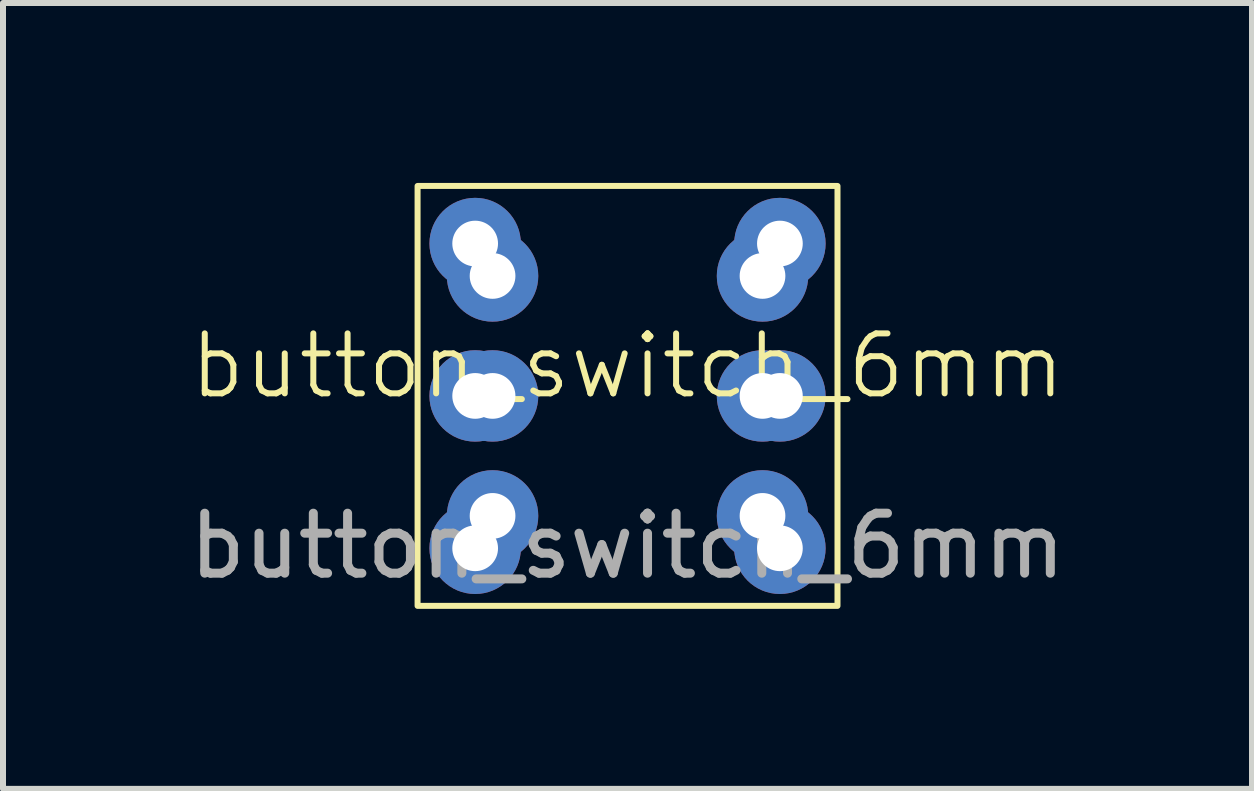
<source format=kicad_pcb>
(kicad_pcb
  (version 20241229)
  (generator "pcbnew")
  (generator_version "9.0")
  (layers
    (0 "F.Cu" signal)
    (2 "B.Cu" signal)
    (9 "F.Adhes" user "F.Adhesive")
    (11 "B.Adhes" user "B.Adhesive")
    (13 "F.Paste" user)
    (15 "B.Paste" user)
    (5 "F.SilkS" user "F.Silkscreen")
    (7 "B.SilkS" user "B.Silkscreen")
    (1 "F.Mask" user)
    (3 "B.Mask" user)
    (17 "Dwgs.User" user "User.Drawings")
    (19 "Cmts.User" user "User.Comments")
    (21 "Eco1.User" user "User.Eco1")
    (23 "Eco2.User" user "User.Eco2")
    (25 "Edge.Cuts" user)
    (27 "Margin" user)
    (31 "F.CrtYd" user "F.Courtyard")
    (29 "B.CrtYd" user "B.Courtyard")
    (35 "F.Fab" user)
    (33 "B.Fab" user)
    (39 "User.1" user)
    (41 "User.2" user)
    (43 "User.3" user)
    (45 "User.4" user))
  (footprint "button_switch_6mm"
    (layer "F.Cu")
    (at 7.411 3.55)
    (property "Reference" "button_switch_6mm" (at 0 -0.5 0) (unlocked yes) (layer "F.SilkS") (effects (font (size 1 1) (thickness 0.1))))
    (attr through_hole)
    (fp_rect (start -3.5 -3.5) (end 3.5 3.5) (stroke (width 0.1) (type default)) (fill no) (layer "F.SilkS"))
    (fp_text user "${REFERENCE}" (at 0 2.5 0) (unlocked yes) (layer "F.Fab") (effects (font (size 1 1) (thickness 0.15))))
    (pad "1" thru_hole circle (at 2.25 -2) (size 1.524 1.524) (drill 0.762) (layers "*.Cu" "*.Mask"))
    (pad "1" thru_hole circle (at 2.54 -2.54) (size 1.524 1.524) (drill 0.762) (layers "*.Cu" "*.Mask"))
    (pad "2" thru_hole circle (at 2.25 0) (size 1.524 1.524) (drill 0.762) (layers "*.Cu" "*.Mask"))
    (pad "2" thru_hole circle (at 2.54 0) (size 1.524 1.524) (drill 0.762) (layers "*.Cu" "*.Mask"))
    (pad "3" thru_hole circle (at 2.25 2) (size 1.524 1.524) (drill 0.762) (layers "*.Cu" "*.Mask"))
    (pad "3" thru_hole circle (at 2.54 2.54) (size 1.524 1.524) (drill 0.762) (layers "*.Cu" "*.Mask"))
    (pad "4" thru_hole circle (at -2.54 -2.54) (size 1.524 1.524) (drill 0.762) (layers "*.Cu" "*.Mask"))
    (pad "4" thru_hole circle (at -2.25 -2) (size 1.524 1.524) (drill 0.762) (layers "*.Cu" "*.Mask"))
    (pad "5" thru_hole circle (at -2.54 0) (size 1.524 1.524) (drill 0.762) (layers "*.Cu" "*.Mask"))
    (pad "5" thru_hole circle (at -2.25 0) (size 1.524 1.524) (drill 0.762) (layers "*.Cu" "*.Mask"))
    (pad "6" thru_hole circle (at -2.54 2.54) (size 1.524 1.524) (drill 0.762) (layers "*.Cu" "*.Mask"))
    (pad "6" thru_hole circle (at -2.25 2) (size 1.524 1.524) (drill 0.762) (layers "*.Cu" "*.Mask")))
  (gr_rect
    (start -3 -3)
    (end 17.821 10.1)
    (stroke (width 0.1) (type default))
    (fill no)
    (layer "Edge.Cuts")))
</source>
